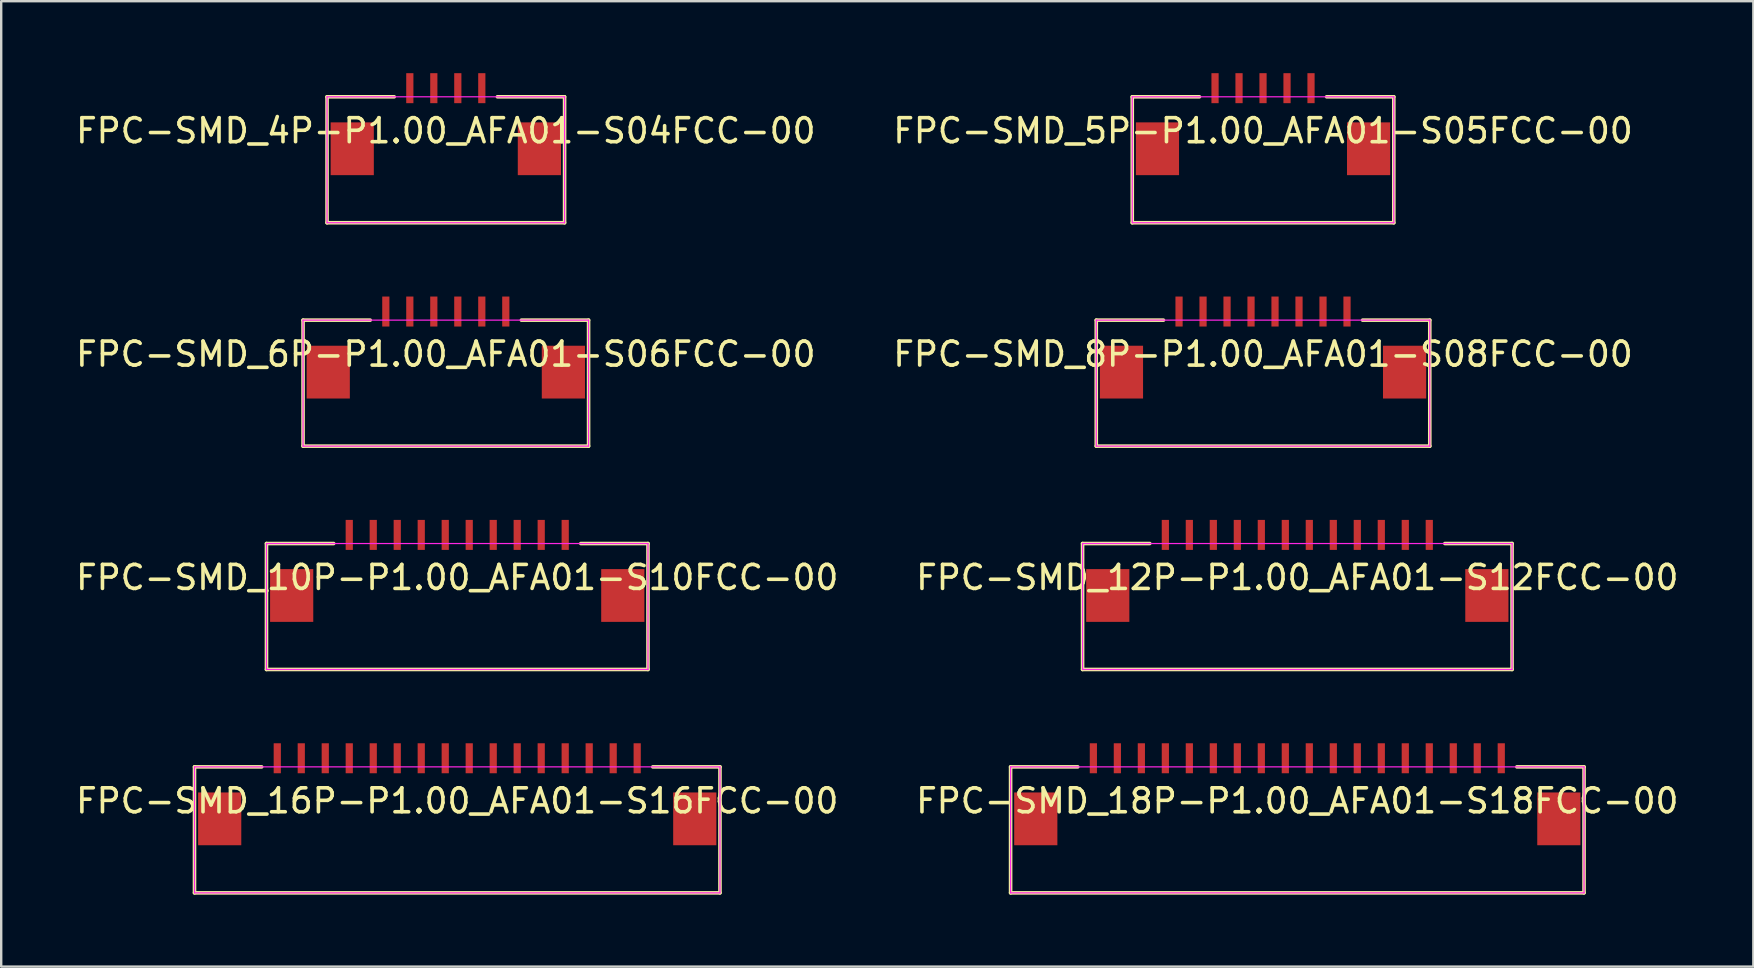
<source format=kicad_pcb>
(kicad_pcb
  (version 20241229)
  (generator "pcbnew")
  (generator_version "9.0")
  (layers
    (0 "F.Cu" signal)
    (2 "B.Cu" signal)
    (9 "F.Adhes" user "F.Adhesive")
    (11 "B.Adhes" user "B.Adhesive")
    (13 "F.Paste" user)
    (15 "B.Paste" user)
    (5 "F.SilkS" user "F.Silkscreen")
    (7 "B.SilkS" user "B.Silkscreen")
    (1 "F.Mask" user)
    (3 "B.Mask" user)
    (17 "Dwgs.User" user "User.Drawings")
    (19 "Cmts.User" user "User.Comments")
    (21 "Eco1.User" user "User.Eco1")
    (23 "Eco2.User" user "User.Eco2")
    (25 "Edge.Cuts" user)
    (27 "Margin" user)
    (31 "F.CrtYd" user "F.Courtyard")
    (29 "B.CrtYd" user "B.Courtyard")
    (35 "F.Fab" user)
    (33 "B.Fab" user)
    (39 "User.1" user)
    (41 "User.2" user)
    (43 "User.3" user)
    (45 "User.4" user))
  (footprint "FPC-SMD_6P-P1.00_AFA01-S06FCC-00"
    (layer "F.Cu")
    (at 15.53 9.934)
    (property "Reference" "FPC-SMD_6P-P1.00_AFA01-S06FCC-00" (at 0 1.775 0) (layer "F.SilkS") (effects (font (size 1 1) (thickness 0.15))))
    (fp_line (start -5.95 0.359) (end -5.95 5.609) (stroke (width 0.15) (type default)) (layer "F.SilkS"))
    (fp_line (start -5.95 0.359) (end -3.15 0.359) (stroke (width 0.15) (type default)) (layer "F.SilkS"))
    (fp_line (start -5.95 5.609) (end 5.95 5.609) (stroke (width 0.15) (type default)) (layer "F.SilkS"))
    (fp_line (start 5.95 0.359) (end 3.15 0.359) (stroke (width 0.15) (type default)) (layer "F.SilkS"))
    (fp_line (start 5.95 0.359) (end 5.95 5.609) (stroke (width 0.15) (type default)) (layer "F.SilkS"))
    (fp_line (start -5.95 0.359) (end -5.95 5.609) (stroke (width 0.05) (type default)) (layer "F.CrtYd"))
    (fp_line (start -5.95 0.359) (end 5.95 0.359) (stroke (width 0.05) (type default)) (layer "F.CrtYd"))
    (fp_line (start -5.95 5.609) (end 5.95 5.609) (stroke (width 0.05) (type default)) (layer "F.CrtYd"))
    (fp_line (start 5.95 0.359) (end 5.95 5.609) (stroke (width 0.05) (type default)) (layer "F.CrtYd"))
    (pad "1" smd rect (at -2.5 0) (size 0.3 1.25) (layers "F.Cu" "F.Mask" "F.Paste"))
    (pad "2" smd rect (at -1.5 0) (size 0.3 1.25) (layers "F.Cu" "F.Mask" "F.Paste"))
    (pad "3" smd rect (at -0.5 0) (size 0.3 1.25) (layers "F.Cu" "F.Mask" "F.Paste"))
    (pad "4" smd rect (at 0.5 0) (size 0.3 1.25) (layers "F.Cu" "F.Mask" "F.Paste"))
    (pad "5" smd rect (at 1.5 0) (size 0.3 1.25) (layers "F.Cu" "F.Mask" "F.Paste"))
    (pad "6" smd rect (at 2.5 0) (size 0.3 1.25) (layers "F.Cu" "F.Mask" "F.Paste"))
    (pad "7" smd rect (at -4.9 2.525) (size 1.8 2.2) (layers "F.Cu" "F.Mask" "F.Paste"))
    (pad "8" smd rect (at 4.9 2.525) (size 1.8 2.2) (layers "F.Cu" "F.Mask" "F.Paste")))
  (footprint "FPC-SMD_8P-P1.00_AFA01-S08FCC-00"
    (layer "F.Cu")
    (at 49.589 9.934)
    (property "Reference" "FPC-SMD_8P-P1.00_AFA01-S08FCC-00" (at 0 1.775 0) (layer "F.SilkS") (effects (font (size 1 1) (thickness 0.15))))
    (fp_line (start -6.95 0.359) (end -6.95 5.609) (stroke (width 0.15) (type default)) (layer "F.SilkS"))
    (fp_line (start -6.95 0.359) (end -4.15 0.359) (stroke (width 0.15) (type default)) (layer "F.SilkS"))
    (fp_line (start -6.95 5.609) (end 6.95 5.609) (stroke (width 0.15) (type default)) (layer "F.SilkS"))
    (fp_line (start 6.95 0.359) (end 4.15 0.359) (stroke (width 0.15) (type default)) (layer "F.SilkS"))
    (fp_line (start 6.95 0.359) (end 6.95 5.609) (stroke (width 0.15) (type default)) (layer "F.SilkS"))
    (fp_line (start -6.95 0.359) (end -6.95 5.609) (stroke (width 0.05) (type default)) (layer "F.CrtYd"))
    (fp_line (start -6.95 0.359) (end 6.95 0.359) (stroke (width 0.05) (type default)) (layer "F.CrtYd"))
    (fp_line (start -6.95 5.609) (end 6.95 5.609) (stroke (width 0.05) (type default)) (layer "F.CrtYd"))
    (fp_line (start 6.95 0.359) (end 6.95 5.609) (stroke (width 0.05) (type default)) (layer "F.CrtYd"))
    (pad "1" smd rect (at -3.5 0) (size 0.3 1.25) (layers "F.Cu" "F.Mask" "F.Paste"))
    (pad "2" smd rect (at -2.5 0) (size 0.3 1.25) (layers "F.Cu" "F.Mask" "F.Paste"))
    (pad "3" smd rect (at -1.5 0) (size 0.3 1.25) (layers "F.Cu" "F.Mask" "F.Paste"))
    (pad "4" smd rect (at -0.5 0) (size 0.3 1.25) (layers "F.Cu" "F.Mask" "F.Paste"))
    (pad "5" smd rect (at 0.5 0) (size 0.3 1.25) (layers "F.Cu" "F.Mask" "F.Paste"))
    (pad "6" smd rect (at 1.5 0) (size 0.3 1.25) (layers "F.Cu" "F.Mask" "F.Paste"))
    (pad "7" smd rect (at 2.5 0) (size 0.3 1.25) (layers "F.Cu" "F.Mask" "F.Paste"))
    (pad "8" smd rect (at 3.5 0) (size 0.3 1.25) (layers "F.Cu" "F.Mask" "F.Paste"))
    (pad "9" smd rect (at -5.9 2.525) (size 1.8 2.2) (layers "F.Cu" "F.Mask" "F.Paste"))
    (pad "10" smd rect (at 5.9 2.525) (size 1.8 2.2) (layers "F.Cu" "F.Mask" "F.Paste")))
  (footprint "FPC-SMD_12P-P1.00_AFA01-S12FCC-00"
    (layer "F.Cu")
    (at 51.018 19.243)
    (property "Reference" "FPC-SMD_12P-P1.00_AFA01-S12FCC-00" (at 0 1.775 0) (layer "F.SilkS") (effects (font (size 1 1) (thickness 0.15))))
    (fp_line (start -8.95 0.359) (end -8.95 5.609) (stroke (width 0.15) (type default)) (layer "F.SilkS"))
    (fp_line (start -8.95 0.359) (end -6.15 0.359) (stroke (width 0.15) (type default)) (layer "F.SilkS"))
    (fp_line (start -8.95 5.609) (end 8.95 5.609) (stroke (width 0.15) (type default)) (layer "F.SilkS"))
    (fp_line (start 8.95 0.359) (end 6.15 0.359) (stroke (width 0.15) (type default)) (layer "F.SilkS"))
    (fp_line (start 8.95 0.359) (end 8.95 5.609) (stroke (width 0.15) (type default)) (layer "F.SilkS"))
    (fp_line (start -8.95 0.359) (end -8.95 5.609) (stroke (width 0.05) (type default)) (layer "F.CrtYd"))
    (fp_line (start -8.95 0.359) (end 8.95 0.359) (stroke (width 0.05) (type default)) (layer "F.CrtYd"))
    (fp_line (start -8.95 5.609) (end 8.95 5.609) (stroke (width 0.05) (type default)) (layer "F.CrtYd"))
    (fp_line (start 8.95 0.359) (end 8.95 5.609) (stroke (width 0.05) (type default)) (layer "F.CrtYd"))
    (pad "1" smd rect (at -5.5 0) (size 0.3 1.25) (layers "F.Cu" "F.Mask" "F.Paste"))
    (pad "2" smd rect (at -4.5 0) (size 0.3 1.25) (layers "F.Cu" "F.Mask" "F.Paste"))
    (pad "3" smd rect (at -3.5 0) (size 0.3 1.25) (layers "F.Cu" "F.Mask" "F.Paste"))
    (pad "4" smd rect (at -2.5 0) (size 0.3 1.25) (layers "F.Cu" "F.Mask" "F.Paste"))
    (pad "5" smd rect (at -1.5 0) (size 0.3 1.25) (layers "F.Cu" "F.Mask" "F.Paste"))
    (pad "6" smd rect (at -0.5 0) (size 0.3 1.25) (layers "F.Cu" "F.Mask" "F.Paste"))
    (pad "7" smd rect (at 0.5 0) (size 0.3 1.25) (layers "F.Cu" "F.Mask" "F.Paste"))
    (pad "8" smd rect (at 1.5 0) (size 0.3 1.25) (layers "F.Cu" "F.Mask" "F.Paste"))
    (pad "9" smd rect (at 2.5 0) (size 0.3 1.25) (layers "F.Cu" "F.Mask" "F.Paste"))
    (pad "10" smd rect (at 3.5 0) (size 0.3 1.25) (layers "F.Cu" "F.Mask" "F.Paste"))
    (pad "11" smd rect (at 4.5 0) (size 0.3 1.25) (layers "F.Cu" "F.Mask" "F.Paste"))
    (pad "12" smd rect (at 5.5 0) (size 0.3 1.25) (layers "F.Cu" "F.Mask" "F.Paste"))
    (pad "13" smd rect (at -7.9 2.525) (size 1.8 2.2) (layers "F.Cu" "F.Mask" "F.Paste"))
    (pad "14" smd rect (at 7.9 2.525) (size 1.8 2.2) (layers "F.Cu" "F.Mask" "F.Paste")))
  (footprint "FPC-SMD_5P-P1.00_AFA01-S05FCC-00"
    (layer "F.Cu")
    (at 49.589 0.625)
    (property "Reference" "FPC-SMD_5P-P1.00_AFA01-S05FCC-00" (at 0 1.775 0) (layer "F.SilkS") (effects (font (size 1 1) (thickness 0.15))))
    (fp_line (start -5.45 0.359) (end -5.45 5.609) (stroke (width 0.15) (type default)) (layer "F.SilkS"))
    (fp_line (start -5.45 0.359) (end -2.65 0.359) (stroke (width 0.15) (type default)) (layer "F.SilkS"))
    (fp_line (start -5.45 5.609) (end 5.45 5.609) (stroke (width 0.15) (type default)) (layer "F.SilkS"))
    (fp_line (start 5.45 0.359) (end 2.65 0.359) (stroke (width 0.15) (type default)) (layer "F.SilkS"))
    (fp_line (start 5.45 0.359) (end 5.45 5.609) (stroke (width 0.15) (type default)) (layer "F.SilkS"))
    (fp_line (start -5.45 0.359) (end -5.45 5.609) (stroke (width 0.05) (type default)) (layer "F.CrtYd"))
    (fp_line (start -5.45 0.359) (end 5.45 0.359) (stroke (width 0.05) (type default)) (layer "F.CrtYd"))
    (fp_line (start -5.45 5.609) (end 5.45 5.609) (stroke (width 0.05) (type default)) (layer "F.CrtYd"))
    (fp_line (start 5.45 0.359) (end 5.45 5.609) (stroke (width 0.05) (type default)) (layer "F.CrtYd"))
    (pad "1" smd rect (at -2 0) (size 0.3 1.25) (layers "F.Cu" "F.Mask" "F.Paste"))
    (pad "2" smd rect (at -1 0) (size 0.3 1.25) (layers "F.Cu" "F.Mask" "F.Paste"))
    (pad "3" smd rect (at 0 0) (size 0.3 1.25) (layers "F.Cu" "F.Mask" "F.Paste"))
    (pad "4" smd rect (at 1 0) (size 0.3 1.25) (layers "F.Cu" "F.Mask" "F.Paste"))
    (pad "5" smd rect (at 2 0) (size 0.3 1.25) (layers "F.Cu" "F.Mask" "F.Paste"))
    (pad "6" smd rect (at -4.4 2.525) (size 1.8 2.2) (layers "F.Cu" "F.Mask" "F.Paste"))
    (pad "7" smd rect (at 4.4 2.525) (size 1.8 2.2) (layers "F.Cu" "F.Mask" "F.Paste")))
  (footprint "FPC-SMD_16P-P1.00_AFA01-S16FCC-00"
    (layer "F.Cu")
    (at 16.006 28.552)
    (property "Reference" "FPC-SMD_16P-P1.00_AFA01-S16FCC-00" (at 0 1.775 0) (layer "F.SilkS") (effects (font (size 1 1) (thickness 0.15))))
    (fp_line (start -10.95 0.359) (end -10.95 5.609) (stroke (width 0.15) (type default)) (layer "F.SilkS"))
    (fp_line (start -10.95 0.359) (end -8.15 0.359) (stroke (width 0.15) (type default)) (layer "F.SilkS"))
    (fp_line (start -10.95 5.609) (end 10.95 5.609) (stroke (width 0.15) (type default)) (layer "F.SilkS"))
    (fp_line (start 10.95 0.359) (end 8.15 0.359) (stroke (width 0.15) (type default)) (layer "F.SilkS"))
    (fp_line (start 10.95 0.359) (end 10.95 5.609) (stroke (width 0.15) (type default)) (layer "F.SilkS"))
    (fp_line (start -10.95 0.359) (end -10.95 5.609) (stroke (width 0.05) (type default)) (layer "F.CrtYd"))
    (fp_line (start -10.95 0.359) (end 10.95 0.359) (stroke (width 0.05) (type default)) (layer "F.CrtYd"))
    (fp_line (start -10.95 5.609) (end 10.95 5.609) (stroke (width 0.05) (type default)) (layer "F.CrtYd"))
    (fp_line (start 10.95 0.359) (end 10.95 5.609) (stroke (width 0.05) (type default)) (layer "F.CrtYd"))
    (pad "1" smd rect (at -7.5 0) (size 0.3 1.25) (layers "F.Cu" "F.Mask" "F.Paste"))
    (pad "2" smd rect (at -6.5 0) (size 0.3 1.25) (layers "F.Cu" "F.Mask" "F.Paste"))
    (pad "3" smd rect (at -5.5 0) (size 0.3 1.25) (layers "F.Cu" "F.Mask" "F.Paste"))
    (pad "4" smd rect (at -4.5 0) (size 0.3 1.25) (layers "F.Cu" "F.Mask" "F.Paste"))
    (pad "5" smd rect (at -3.5 0) (size 0.3 1.25) (layers "F.Cu" "F.Mask" "F.Paste"))
    (pad "6" smd rect (at -2.5 0) (size 0.3 1.25) (layers "F.Cu" "F.Mask" "F.Paste"))
    (pad "7" smd rect (at -1.5 0) (size 0.3 1.25) (layers "F.Cu" "F.Mask" "F.Paste"))
    (pad "8" smd rect (at -0.5 0) (size 0.3 1.25) (layers "F.Cu" "F.Mask" "F.Paste"))
    (pad "9" smd rect (at 0.5 0) (size 0.3 1.25) (layers "F.Cu" "F.Mask" "F.Paste"))
    (pad "10" smd rect (at 1.5 0) (size 0.3 1.25) (layers "F.Cu" "F.Mask" "F.Paste"))
    (pad "11" smd rect (at 2.5 0) (size 0.3 1.25) (layers "F.Cu" "F.Mask" "F.Paste"))
    (pad "12" smd rect (at 3.5 0) (size 0.3 1.25) (layers "F.Cu" "F.Mask" "F.Paste"))
    (pad "13" smd rect (at 4.5 0) (size 0.3 1.25) (layers "F.Cu" "F.Mask" "F.Paste"))
    (pad "14" smd rect (at 5.5 0) (size 0.3 1.25) (layers "F.Cu" "F.Mask" "F.Paste"))
    (pad "15" smd rect (at 6.5 0) (size 0.3 1.25) (layers "F.Cu" "F.Mask" "F.Paste"))
    (pad "16" smd rect (at 7.5 0) (size 0.3 1.25) (layers "F.Cu" "F.Mask" "F.Paste"))
    (pad "17" smd rect (at -9.9 2.525) (size 1.8 2.2) (layers "F.Cu" "F.Mask" "F.Paste"))
    (pad "18" smd rect (at 9.9 2.525) (size 1.8 2.2) (layers "F.Cu" "F.Mask" "F.Paste")))
  (footprint "FPC-SMD_4P-P1.00_AFA01-S04FCC-00"
    (layer "F.Cu")
    (at 15.53 0.625)
    (property "Reference" "FPC-SMD_4P-P1.00_AFA01-S04FCC-00" (at 0 1.775 0) (layer "F.SilkS") (effects (font (size 1 1) (thickness 0.15))))
    (fp_line (start -4.95 0.359) (end -4.95 5.609) (stroke (width 0.15) (type default)) (layer "F.SilkS"))
    (fp_line (start -4.95 0.359) (end -2.15 0.359) (stroke (width 0.15) (type default)) (layer "F.SilkS"))
    (fp_line (start -4.95 5.609) (end 4.95 5.609) (stroke (width 0.15) (type default)) (layer "F.SilkS"))
    (fp_line (start 4.95 0.359) (end 2.15 0.359) (stroke (width 0.15) (type default)) (layer "F.SilkS"))
    (fp_line (start 4.95 0.359) (end 4.95 5.609) (stroke (width 0.15) (type default)) (layer "F.SilkS"))
    (fp_line (start -4.95 0.359) (end -4.95 5.609) (stroke (width 0.05) (type default)) (layer "F.CrtYd"))
    (fp_line (start -4.95 0.359) (end 4.95 0.359) (stroke (width 0.05) (type default)) (layer "F.CrtYd"))
    (fp_line (start -4.95 5.609) (end 4.95 5.609) (stroke (width 0.05) (type default)) (layer "F.CrtYd"))
    (fp_line (start 4.95 0.359) (end 4.95 5.609) (stroke (width 0.05) (type default)) (layer "F.CrtYd"))
    (pad "1" smd rect (at -1.5 0) (size 0.3 1.25) (layers "F.Cu" "F.Mask" "F.Paste"))
    (pad "2" smd rect (at -0.5 0) (size 0.3 1.25) (layers "F.Cu" "F.Mask" "F.Paste"))
    (pad "3" smd rect (at 0.5 0) (size 0.3 1.25) (layers "F.Cu" "F.Mask" "F.Paste"))
    (pad "4" smd rect (at 1.5 0) (size 0.3 1.25) (layers "F.Cu" "F.Mask" "F.Paste"))
    (pad "5" smd rect (at -3.9 2.525) (size 1.8 2.2) (layers "F.Cu" "F.Mask" "F.Paste"))
    (pad "6" smd rect (at 3.9 2.525) (size 1.8 2.2) (layers "F.Cu" "F.Mask" "F.Paste")))
  (footprint "FPC-SMD_18P-P1.00_AFA01-S18FCC-00"
    (layer "F.Cu")
    (at 51.018 28.552)
    (property "Reference" "FPC-SMD_18P-P1.00_AFA01-S18FCC-00" (at 0 1.775 0) (layer "F.SilkS") (effects (font (size 1 1) (thickness 0.15))))
    (fp_line (start -11.95 0.359) (end -11.95 5.609) (stroke (width 0.15) (type default)) (layer "F.SilkS"))
    (fp_line (start -11.95 0.359) (end -9.15 0.359) (stroke (width 0.15) (type default)) (layer "F.SilkS"))
    (fp_line (start -11.95 5.609) (end 11.95 5.609) (stroke (width 0.15) (type default)) (layer "F.SilkS"))
    (fp_line (start 11.95 0.359) (end 9.15 0.359) (stroke (width 0.15) (type default)) (layer "F.SilkS"))
    (fp_line (start 11.95 0.359) (end 11.95 5.609) (stroke (width 0.15) (type default)) (layer "F.SilkS"))
    (fp_line (start -11.95 0.359) (end -11.95 5.609) (stroke (width 0.05) (type default)) (layer "F.CrtYd"))
    (fp_line (start -11.95 0.359) (end 11.95 0.359) (stroke (width 0.05) (type default)) (layer "F.CrtYd"))
    (fp_line (start -11.95 5.609) (end 11.95 5.609) (stroke (width 0.05) (type default)) (layer "F.CrtYd"))
    (fp_line (start 11.95 0.359) (end 11.95 5.609) (stroke (width 0.05) (type default)) (layer "F.CrtYd"))
    (pad "1" smd rect (at -8.5 0) (size 0.3 1.25) (layers "F.Cu" "F.Mask" "F.Paste"))
    (pad "2" smd rect (at -7.5 0) (size 0.3 1.25) (layers "F.Cu" "F.Mask" "F.Paste"))
    (pad "3" smd rect (at -6.5 0) (size 0.3 1.25) (layers "F.Cu" "F.Mask" "F.Paste"))
    (pad "4" smd rect (at -5.5 0) (size 0.3 1.25) (layers "F.Cu" "F.Mask" "F.Paste"))
    (pad "5" smd rect (at -4.5 0) (size 0.3 1.25) (layers "F.Cu" "F.Mask" "F.Paste"))
    (pad "6" smd rect (at -3.5 0) (size 0.3 1.25) (layers "F.Cu" "F.Mask" "F.Paste"))
    (pad "7" smd rect (at -2.5 0) (size 0.3 1.25) (layers "F.Cu" "F.Mask" "F.Paste"))
    (pad "8" smd rect (at -1.5 0) (size 0.3 1.25) (layers "F.Cu" "F.Mask" "F.Paste"))
    (pad "9" smd rect (at -0.5 0) (size 0.3 1.25) (layers "F.Cu" "F.Mask" "F.Paste"))
    (pad "10" smd rect (at 0.5 0) (size 0.3 1.25) (layers "F.Cu" "F.Mask" "F.Paste"))
    (pad "11" smd rect (at 1.5 0) (size 0.3 1.25) (layers "F.Cu" "F.Mask" "F.Paste"))
    (pad "12" smd rect (at 2.5 0) (size 0.3 1.25) (layers "F.Cu" "F.Mask" "F.Paste"))
    (pad "13" smd rect (at 3.5 0) (size 0.3 1.25) (layers "F.Cu" "F.Mask" "F.Paste"))
    (pad "14" smd rect (at 4.5 0) (size 0.3 1.25) (layers "F.Cu" "F.Mask" "F.Paste"))
    (pad "15" smd rect (at 5.5 0) (size 0.3 1.25) (layers "F.Cu" "F.Mask" "F.Paste"))
    (pad "16" smd rect (at 6.5 0) (size 0.3 1.25) (layers "F.Cu" "F.Mask" "F.Paste"))
    (pad "17" smd rect (at 7.5 0) (size 0.3 1.25) (layers "F.Cu" "F.Mask" "F.Paste"))
    (pad "18" smd rect (at 8.5 0) (size 0.3 1.25) (layers "F.Cu" "F.Mask" "F.Paste"))
    (pad "19" smd rect (at -10.9 2.525) (size 1.8 2.2) (layers "F.Cu" "F.Mask" "F.Paste"))
    (pad "20" smd rect (at 10.9 2.525) (size 1.8 2.2) (layers "F.Cu" "F.Mask" "F.Paste")))
  (footprint "FPC-SMD_10P-P1.00_AFA01-S10FCC-00"
    (layer "F.Cu")
    (at 16.006 19.243)
    (property "Reference" "FPC-SMD_10P-P1.00_AFA01-S10FCC-00" (at 0 1.775 0) (layer "F.SilkS") (effects (font (size 1 1) (thickness 0.15))))
    (fp_line (start -7.95 0.359) (end -7.95 5.609) (stroke (width 0.15) (type default)) (layer "F.SilkS"))
    (fp_line (start -7.95 0.359) (end -5.15 0.359) (stroke (width 0.15) (type default)) (layer "F.SilkS"))
    (fp_line (start -7.95 5.609) (end 7.95 5.609) (stroke (width 0.15) (type default)) (layer "F.SilkS"))
    (fp_line (start 7.95 0.359) (end 5.15 0.359) (stroke (width 0.15) (type default)) (layer "F.SilkS"))
    (fp_line (start 7.95 0.359) (end 7.95 5.609) (stroke (width 0.15) (type default)) (layer "F.SilkS"))
    (fp_line (start -7.95 0.359) (end -7.95 5.609) (stroke (width 0.05) (type default)) (layer "F.CrtYd"))
    (fp_line (start -7.95 0.359) (end 7.95 0.359) (stroke (width 0.05) (type default)) (layer "F.CrtYd"))
    (fp_line (start -7.95 5.609) (end 7.95 5.609) (stroke (width 0.05) (type default)) (layer "F.CrtYd"))
    (fp_line (start 7.95 0.359) (end 7.95 5.609) (stroke (width 0.05) (type default)) (layer "F.CrtYd"))
    (pad "1" smd rect (at -4.5 0) (size 0.3 1.25) (layers "F.Cu" "F.Mask" "F.Paste"))
    (pad "2" smd rect (at -3.5 0) (size 0.3 1.25) (layers "F.Cu" "F.Mask" "F.Paste"))
    (pad "3" smd rect (at -2.5 0) (size 0.3 1.25) (layers "F.Cu" "F.Mask" "F.Paste"))
    (pad "4" smd rect (at -1.5 0) (size 0.3 1.25) (layers "F.Cu" "F.Mask" "F.Paste"))
    (pad "5" smd rect (at -0.5 0) (size 0.3 1.25) (layers "F.Cu" "F.Mask" "F.Paste"))
    (pad "6" smd rect (at 0.5 0) (size 0.3 1.25) (layers "F.Cu" "F.Mask" "F.Paste"))
    (pad "7" smd rect (at 1.5 0) (size 0.3 1.25) (layers "F.Cu" "F.Mask" "F.Paste"))
    (pad "8" smd rect (at 2.5 0) (size 0.3 1.25) (layers "F.Cu" "F.Mask" "F.Paste"))
    (pad "9" smd rect (at 3.5 0) (size 0.3 1.25) (layers "F.Cu" "F.Mask" "F.Paste"))
    (pad "10" smd rect (at 4.5 0) (size 0.3 1.25) (layers "F.Cu" "F.Mask" "F.Paste"))
    (pad "11" smd rect (at -6.9 2.525) (size 1.8 2.2) (layers "F.Cu" "F.Mask" "F.Paste"))
    (pad "12" smd rect (at 6.9 2.525) (size 1.8 2.2) (layers "F.Cu" "F.Mask" "F.Paste")))
  (gr_rect
    (start -3 -3)
    (end 70.024 37.236)
    (stroke (width 0.1) (type default))
    (fill no)
    (layer "Edge.Cuts")))
</source>
